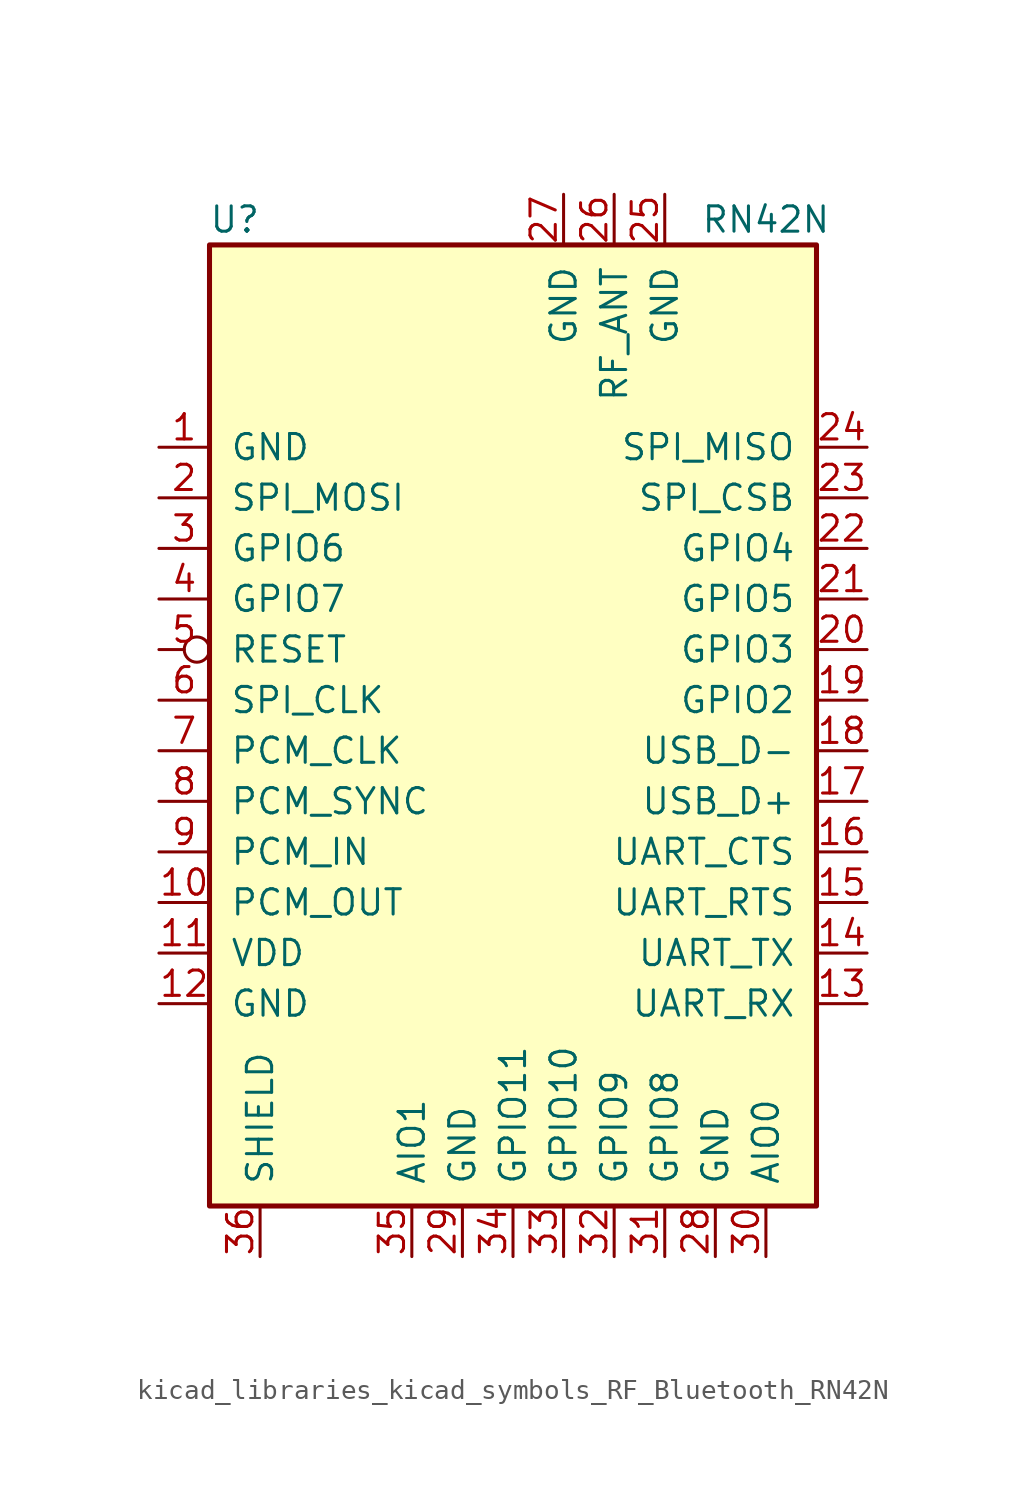
<source format=kicad_sym>
(kicad_symbol_lib
  (version 20220914)
  (generator kicad_symbol_editor)
  (symbol "kicad_libraries_kicad_symbols_RF_Bluetooth_RN42N"
    (pin_names
      (offset 1.016))
    (property "Reference" "U"
      (at -13.97 26.67 0)
      (effects (font (size 1.27 1.27))))
    (property "Value" "RN42N"
      (at 12.7 26.67 0)
      (effects (font (size 1.27 1.27))))
    (symbol "kicad_libraries_kicad_symbols_RF_Bluetooth_RN42N_0_1"
      (rectangle (start -15.24 25.4) (end 15.24 -22.86) (stroke (width 0.254) (type default)) (fill (type background))))
    (symbol "kicad_libraries_kicad_symbols_RF_Bluetooth_RN42N_1_1"
      (pin power_in line (at -17.78 15.24 0) (length 2.54) (name "GND" (effects (font (size 1.27 1.27)))) (number "1" (effects (font (size 1.27 1.27)))))
      (pin output line (at -17.78 -7.62 0) (length 2.54) (name "PCM_OUT" (effects (font (size 1.27 1.27)))) (number "10" (effects (font (size 1.27 1.27)))))
      (pin power_in line (at -17.78 -10.16 0) (length 2.54) (name "VDD" (effects (font (size 1.27 1.27)))) (number "11" (effects (font (size 1.27 1.27)))))
      (pin power_in line (at -17.78 -12.7 0) (length 2.54) (name "GND" (effects (font (size 1.27 1.27)))) (number "12" (effects (font (size 1.27 1.27)))))
      (pin input line (at 17.78 -12.7 180) (length 2.54) (name "UART_RX" (effects (font (size 1.27 1.27)))) (number "13" (effects (font (size 1.27 1.27)))))
      (pin output line (at 17.78 -10.16 180) (length 2.54) (name "UART_TX" (effects (font (size 1.27 1.27)))) (number "14" (effects (font (size 1.27 1.27)))))
      (pin output line (at 17.78 -7.62 180) (length 2.54) (name "UART_RTS" (effects (font (size 1.27 1.27)))) (number "15" (effects (font (size 1.27 1.27)))))
      (pin input line (at 17.78 -5.08 180) (length 2.54) (name "UART_CTS" (effects (font (size 1.27 1.27)))) (number "16" (effects (font (size 1.27 1.27)))))
      (pin bidirectional line (at 17.78 -2.54 180) (length 2.54) (name "USB_D+" (effects (font (size 1.27 1.27)))) (number "17" (effects (font (size 1.27 1.27)))))
      (pin bidirectional line (at 17.78 0 180) (length 2.54) (name "USB_D-" (effects (font (size 1.27 1.27)))) (number "18" (effects (font (size 1.27 1.27)))))
      (pin bidirectional line (at 17.78 2.54 180) (length 2.54) (name "GPIO2" (effects (font (size 1.27 1.27)))) (number "19" (effects (font (size 1.27 1.27)))))
      (pin input line (at -17.78 12.7 0) (length 2.54) (name "SPI_MOSI" (effects (font (size 1.27 1.27)))) (number "2" (effects (font (size 1.27 1.27)))))
      (pin input line (at 17.78 5.08 180) (length 2.54) (name "GPIO3" (effects (font (size 1.27 1.27)))) (number "20" (effects (font (size 1.27 1.27)))))
      (pin bidirectional line (at 17.78 7.62 180) (length 2.54) (name "GPIO5" (effects (font (size 1.27 1.27)))) (number "21" (effects (font (size 1.27 1.27)))))
      (pin bidirectional line (at 17.78 10.16 180) (length 2.54) (name "GPIO4" (effects (font (size 1.27 1.27)))) (number "22" (effects (font (size 1.27 1.27)))))
      (pin input line (at 17.78 12.7 180) (length 2.54) (name "SPI_CSB" (effects (font (size 1.27 1.27)))) (number "23" (effects (font (size 1.27 1.27)))))
      (pin output line (at 17.78 15.24 180) (length 2.54) (name "SPI_MISO" (effects (font (size 1.27 1.27)))) (number "24" (effects (font (size 1.27 1.27)))))
      (pin power_in line (at 7.62 27.94 270) (length 2.54) (name "GND" (effects (font (size 1.27 1.27)))) (number "25" (effects (font (size 1.27 1.27)))))
      (pin bidirectional line (at 5.08 27.94 270) (length 2.54) (name "RF_ANT" (effects (font (size 1.27 1.27)))) (number "26" (effects (font (size 1.27 1.27)))))
      (pin power_in line (at 2.54 27.94 270) (length 2.54) (name "GND" (effects (font (size 1.27 1.27)))) (number "27" (effects (font (size 1.27 1.27)))))
      (pin power_in line (at 10.16 -25.4 90) (length 2.54) (name "GND" (effects (font (size 1.27 1.27)))) (number "28" (effects (font (size 1.27 1.27)))))
      (pin power_in line (at -2.54 -25.4 90) (length 2.54) (name "GND" (effects (font (size 1.27 1.27)))) (number "29" (effects (font (size 1.27 1.27)))))
      (pin input line (at -17.78 10.16 0) (length 2.54) (name "GPIO6" (effects (font (size 1.27 1.27)))) (number "3" (effects (font (size 1.27 1.27)))))
      (pin input line (at 12.7 -25.4 90) (length 2.54) (name "AIO0" (effects (font (size 1.27 1.27)))) (number "30" (effects (font (size 1.27 1.27)))))
      (pin output line (at 7.62 -25.4 90) (length 2.54) (name "GPIO8" (effects (font (size 1.27 1.27)))) (number "31" (effects (font (size 1.27 1.27)))))
      (pin bidirectional line (at 5.08 -25.4 90) (length 2.54) (name "GPIO9" (effects (font (size 1.27 1.27)))) (number "32" (effects (font (size 1.27 1.27)))))
      (pin bidirectional line (at 2.54 -25.4 90) (length 2.54) (name "GPIO10" (effects (font (size 1.27 1.27)))) (number "33" (effects (font (size 1.27 1.27)))))
      (pin bidirectional line (at 0 -25.4 90) (length 2.54) (name "GPIO11" (effects (font (size 1.27 1.27)))) (number "34" (effects (font (size 1.27 1.27)))))
      (pin input line (at -5.08 -25.4 90) (length 2.54) (name "AIO1" (effects (font (size 1.27 1.27)))) (number "35" (effects (font (size 1.27 1.27)))))
      (pin input line (at -12.7 -25.4 90) (length 2.54) (name "SHIELD" (effects (font (size 1.27 1.27)))) (number "36" (effects (font (size 1.27 1.27)))))
      (pin bidirectional line (at -17.78 7.62 0) (length 2.54) (name "GPIO7" (effects (font (size 1.27 1.27)))) (number "4" (effects (font (size 1.27 1.27)))))
      (pin input inverted (at -17.78 5.08 0) (length 2.54) (name "RESET" (effects (font (size 1.27 1.27)))) (number "5" (effects (font (size 1.27 1.27)))))
      (pin input line (at -17.78 2.54 0) (length 2.54) (name "SPI_CLK" (effects (font (size 1.27 1.27)))) (number "6" (effects (font (size 1.27 1.27)))))
      (pin bidirectional line (at -17.78 0 0) (length 2.54) (name "PCM_CLK" (effects (font (size 1.27 1.27)))) (number "7" (effects (font (size 1.27 1.27)))))
      (pin bidirectional line (at -17.78 -2.54 0) (length 2.54) (name "PCM_SYNC" (effects (font (size 1.27 1.27)))) (number "8" (effects (font (size 1.27 1.27)))))
      (pin input line (at -17.78 -5.08 0) (length 2.54) (name "PCM_IN" (effects (font (size 1.27 1.27)))) (number "9" (effects (font (size 1.27 1.27))))))))
</source>
